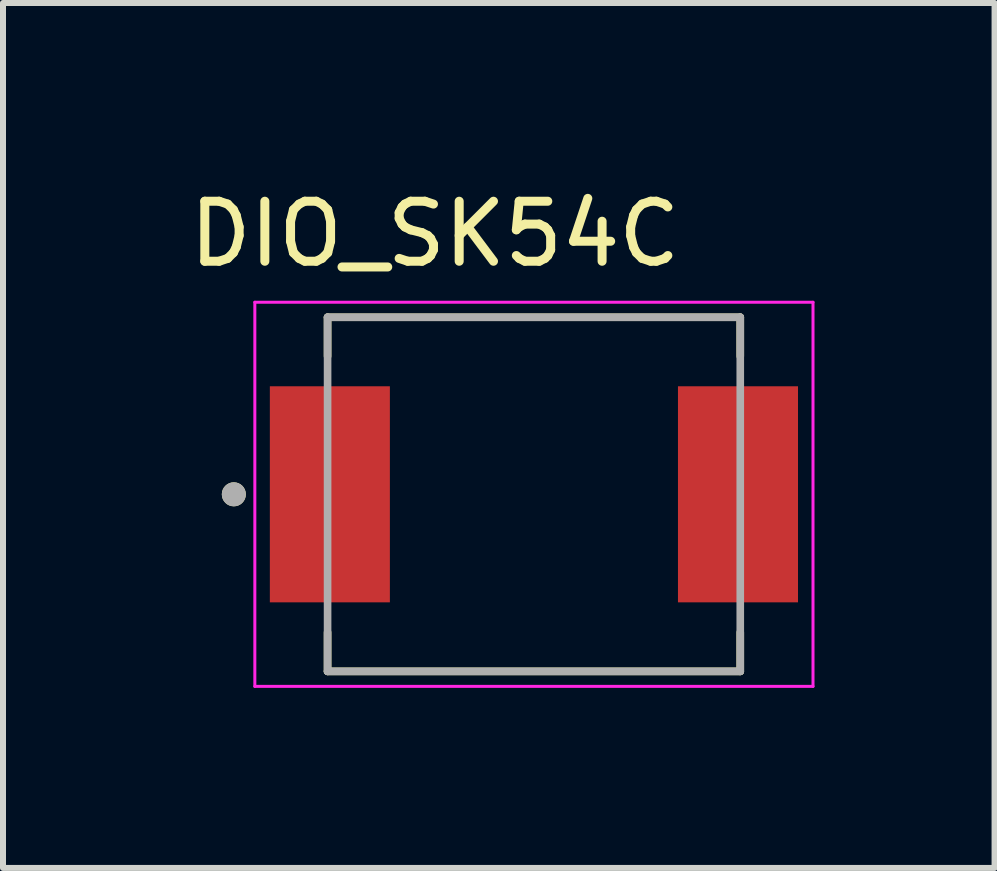
<source format=kicad_pcb>
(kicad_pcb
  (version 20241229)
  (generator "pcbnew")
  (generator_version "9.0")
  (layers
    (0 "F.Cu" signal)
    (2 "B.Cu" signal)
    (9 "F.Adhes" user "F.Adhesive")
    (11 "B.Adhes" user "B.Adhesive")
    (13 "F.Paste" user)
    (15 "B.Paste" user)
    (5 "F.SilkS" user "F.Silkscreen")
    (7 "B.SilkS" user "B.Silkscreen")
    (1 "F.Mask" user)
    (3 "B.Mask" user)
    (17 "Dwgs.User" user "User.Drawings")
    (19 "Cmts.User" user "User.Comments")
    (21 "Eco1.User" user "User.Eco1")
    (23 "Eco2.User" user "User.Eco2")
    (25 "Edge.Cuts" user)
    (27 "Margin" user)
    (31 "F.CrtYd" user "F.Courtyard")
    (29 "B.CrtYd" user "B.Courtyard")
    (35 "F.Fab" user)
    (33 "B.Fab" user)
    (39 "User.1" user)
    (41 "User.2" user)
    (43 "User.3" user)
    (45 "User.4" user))
  (footprint "DIO_SK54C"
    (layer "F.Cu")
    (at 5.846 5.186)
    (property "Reference" "DIO_SK54C" (at -1.65 -4.338 0) (layer "F.SilkS") (effects (font (size 1 1) (thickness 0.15))))
    (attr smd)
    (fp_line (start -3.438 -2.95) (end -3.438 -2.3) (stroke (width 0.127) (type solid)) (layer "F.SilkS"))
    (fp_line (start -3.438 2.95) (end -3.438 2.3) (stroke (width 0.127) (type solid)) (layer "F.SilkS"))
    (fp_line (start -3.438 2.95) (end 3.438 2.95) (stroke (width 0.127) (type solid)) (layer "F.SilkS"))
    (fp_line (start 3.438 -2.95) (end -3.438 -2.95) (stroke (width 0.127) (type solid)) (layer "F.SilkS"))
    (fp_line (start 3.438 -2.3) (end 3.438 -2.95) (stroke (width 0.127) (type solid)) (layer "F.SilkS"))
    (fp_line (start 3.438 2.95) (end 3.438 2.3) (stroke (width 0.127) (type solid)) (layer "F.SilkS"))
    (fp_circle (center -5 0) (end -4.9 0) (stroke (width 0.2) (type solid)) (fill no) (layer "F.SilkS"))
    (fp_line (start -4.65 -3.2) (end -4.65 3.2) (stroke (width 0.05) (type solid)) (layer "F.CrtYd"))
    (fp_line (start -4.65 3.2) (end 4.65 3.2) (stroke (width 0.05) (type solid)) (layer "F.CrtYd"))
    (fp_line (start 4.65 -3.2) (end -4.65 -3.2) (stroke (width 0.05) (type solid)) (layer "F.CrtYd"))
    (fp_line (start 4.65 3.2) (end 4.65 -3.2) (stroke (width 0.05) (type solid)) (layer "F.CrtYd"))
    (fp_line (start -3.438 -2.95) (end -3.438 2.95) (stroke (width 0.127) (type solid)) (layer "F.Fab"))
    (fp_line (start -3.438 2.95) (end 3.438 2.95) (stroke (width 0.127) (type solid)) (layer "F.Fab"))
    (fp_line (start 3.438 -2.95) (end -3.438 -2.95) (stroke (width 0.127) (type solid)) (layer "F.Fab"))
    (fp_line (start 3.438 2.95) (end 3.438 -2.95) (stroke (width 0.127) (type solid)) (layer "F.Fab"))
    (fp_circle (center -5 0) (end -4.9 0) (stroke (width 0.2) (type solid)) (fill no) (layer "F.Fab"))
    (pad "A" smd rect (at 3.4 0) (size 2 3.6) (layers "F.Cu" "F.Mask" "F.Paste"))
    (pad "C" smd rect (at -3.4 0) (size 2 3.6) (layers "F.Cu" "F.Mask" "F.Paste")))
  (gr_rect
    (start -3 -3)
    (end 13.521 11.411)
    (stroke (width 0.1) (type default))
    (fill no)
    (layer "Edge.Cuts")))
</source>
